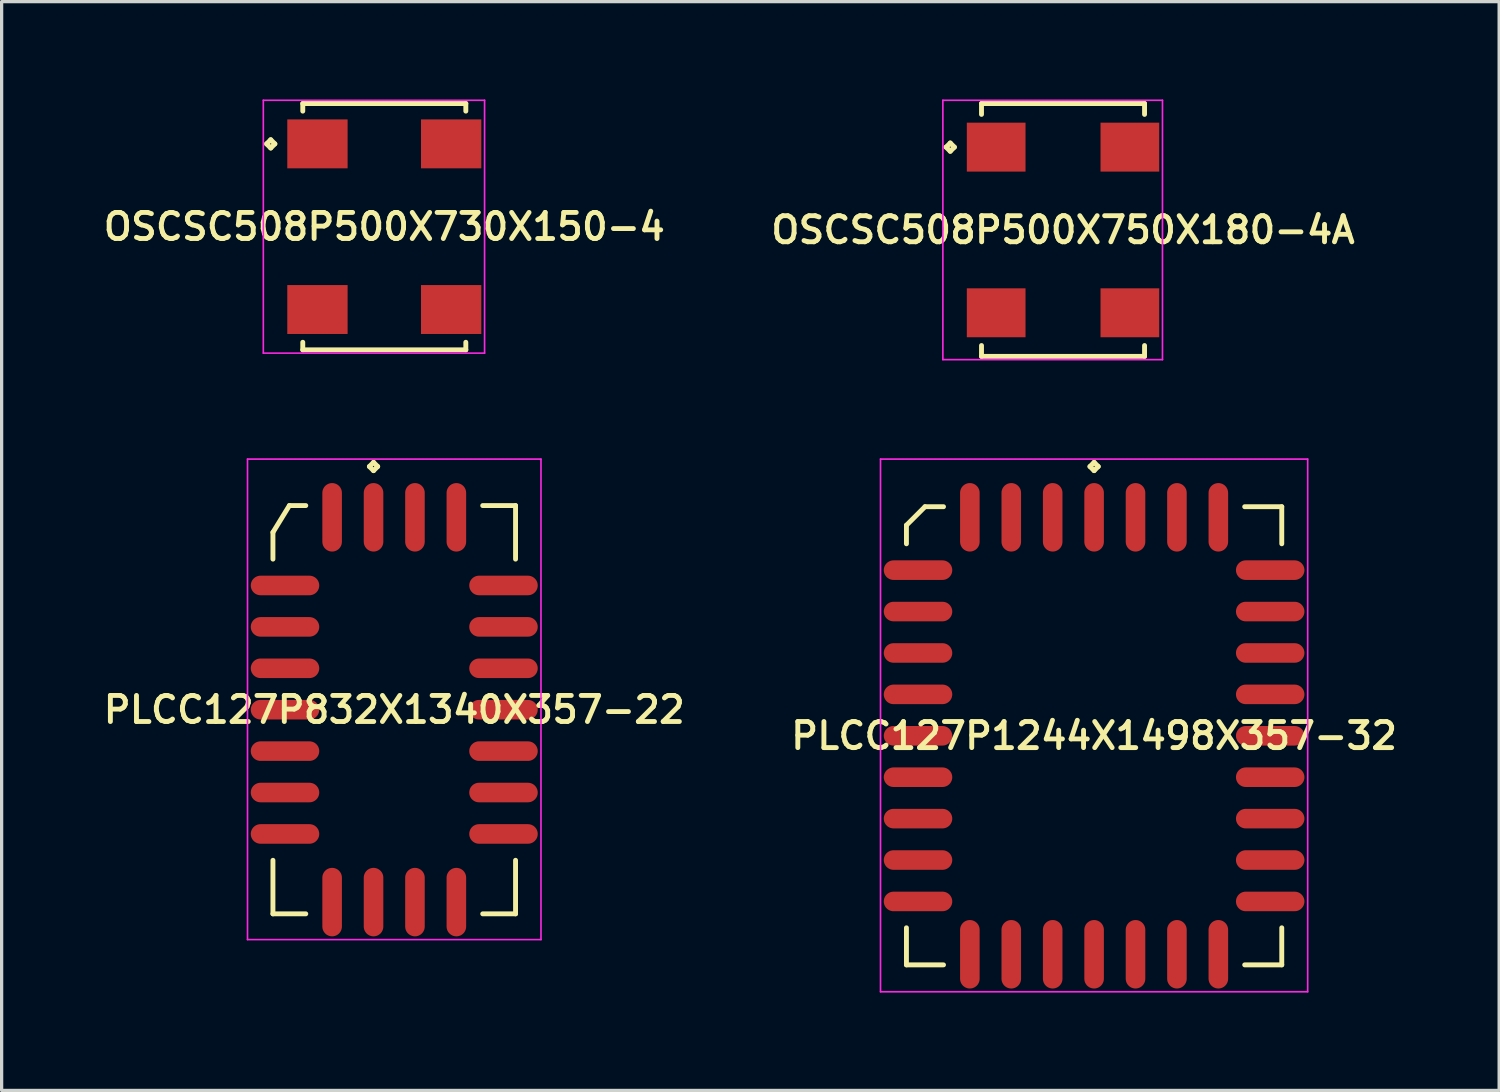
<source format=kicad_pcb>
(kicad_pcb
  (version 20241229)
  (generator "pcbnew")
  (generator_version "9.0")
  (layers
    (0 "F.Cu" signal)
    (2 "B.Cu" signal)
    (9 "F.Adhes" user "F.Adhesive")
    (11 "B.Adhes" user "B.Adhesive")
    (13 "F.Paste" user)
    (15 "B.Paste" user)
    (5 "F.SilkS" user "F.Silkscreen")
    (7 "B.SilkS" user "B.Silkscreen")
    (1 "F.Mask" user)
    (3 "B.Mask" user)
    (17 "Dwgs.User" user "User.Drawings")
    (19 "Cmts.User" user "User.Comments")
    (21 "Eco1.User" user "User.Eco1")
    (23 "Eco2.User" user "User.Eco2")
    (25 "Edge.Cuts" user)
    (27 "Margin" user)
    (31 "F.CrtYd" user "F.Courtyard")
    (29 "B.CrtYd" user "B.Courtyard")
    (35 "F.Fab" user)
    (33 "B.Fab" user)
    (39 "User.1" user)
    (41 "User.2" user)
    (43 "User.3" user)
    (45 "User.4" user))
  (footprint "OSCSC508P500X730X150-4"
    (layer "F.Cu")
    (at 8.735 3.902)
    (property "Reference" "OSCSC508P500X730X150-4" (at 0 0 0) (layer "F.SilkS") (effects (font (size 0.8 0.8) (thickness 0.15))))
    (attr smd)
    (fp_line (start -3.61 -2.54) (end -3.483 -2.667) (stroke (width 0.15) (type solid)) (layer "F.SilkS"))
    (fp_line (start -3.483 -2.667) (end -3.356 -2.54) (stroke (width 0.15) (type solid)) (layer "F.SilkS"))
    (fp_line (start -3.483 -2.413) (end -3.61 -2.54) (stroke (width 0.15) (type solid)) (layer "F.SilkS"))
    (fp_line (start -3.356 -2.54) (end -3.483 -2.413) (stroke (width 0.15) (type solid)) (layer "F.SilkS"))
    (fp_line (start -2.5 -3.777) (end 2.5 -3.777) (stroke (width 0.15) (type solid)) (layer "F.SilkS"))
    (fp_line (start -2.5 -3.544) (end -2.5 -3.777) (stroke (width 0.15) (type solid)) (layer "F.SilkS"))
    (fp_line (start -2.5 3.544) (end -2.5 3.777) (stroke (width 0.15) (type solid)) (layer "F.SilkS"))
    (fp_line (start -2.5 3.777) (end 2.5 3.777) (stroke (width 0.15) (type solid)) (layer "F.SilkS"))
    (fp_line (start 2.5 -3.777) (end 2.5 -3.544) (stroke (width 0.15) (type solid)) (layer "F.SilkS"))
    (fp_line (start 2.5 3.777) (end 2.5 3.544) (stroke (width 0.15) (type solid)) (layer "F.SilkS"))
    (fp_line (start -3.71 -3.877) (end 3.075 -3.877) (stroke (width 0.05) (type solid)) (layer "F.CrtYd"))
    (fp_line (start -3.71 3.877) (end -3.71 -3.877) (stroke (width 0.05) (type solid)) (layer "F.CrtYd"))
    (fp_line (start 3.075 -3.877) (end 3.075 3.877) (stroke (width 0.05) (type solid)) (layer "F.CrtYd"))
    (fp_line (start 3.075 3.877) (end -3.71 3.877) (stroke (width 0.05) (type solid)) (layer "F.CrtYd"))
    (pad "1" smd rect (at -2.05 -2.54) (size 1.85 1.5) (layers "F.Cu" "F.Mask" "F.Paste"))
    (pad "2" smd rect (at -2.05 2.54) (size 1.85 1.5) (layers "F.Cu" "F.Mask" "F.Paste"))
    (pad "3" smd rect (at 2.05 2.54) (size 1.85 1.5) (layers "F.Cu" "F.Mask" "F.Paste"))
    (pad "4" smd rect (at 2.05 -2.54) (size 1.85 1.5) (layers "F.Cu" "F.Mask" "F.Paste")))
  (footprint "PLCC127P832X1340X357-22"
    (layer "F.Cu")
    (at 9.04 18.714)
    (property "Reference" "PLCC127P832X1340X357-22" (at 0 0 0) (layer "F.SilkS") (effects (font (size 0.8 0.8) (thickness 0.15))))
    (attr smd)
    (fp_line (start -3.72 -5.439) (end -3.216 -6.26) (stroke (width 0.15) (type solid)) (layer "F.SilkS"))
    (fp_line (start -3.72 -4.618) (end -3.72 -5.439) (stroke (width 0.15) (type solid)) (layer "F.SilkS"))
    (fp_line (start -3.72 4.618) (end -3.72 6.26) (stroke (width 0.15) (type solid)) (layer "F.SilkS"))
    (fp_line (start -3.72 6.26) (end -2.713 6.26) (stroke (width 0.15) (type solid)) (layer "F.SilkS"))
    (fp_line (start -3.216 -6.26) (end -2.713 -6.26) (stroke (width 0.15) (type solid)) (layer "F.SilkS"))
    (fp_line (start -0.762 -7.458) (end -0.635 -7.585) (stroke (width 0.15) (type solid)) (layer "F.SilkS"))
    (fp_line (start -0.635 -7.585) (end -0.508 -7.458) (stroke (width 0.15) (type solid)) (layer "F.SilkS"))
    (fp_line (start -0.635 -7.331) (end -0.762 -7.458) (stroke (width 0.15) (type solid)) (layer "F.SilkS"))
    (fp_line (start -0.508 -7.458) (end -0.635 -7.331) (stroke (width 0.15) (type solid)) (layer "F.SilkS"))
    (fp_line (start 3.72 -6.26) (end 2.713 -6.26) (stroke (width 0.15) (type solid)) (layer "F.SilkS"))
    (fp_line (start 3.72 -4.618) (end 3.72 -6.26) (stroke (width 0.15) (type solid)) (layer "F.SilkS"))
    (fp_line (start 3.72 4.618) (end 3.72 6.26) (stroke (width 0.15) (type solid)) (layer "F.SilkS"))
    (fp_line (start 3.72 6.26) (end 2.713 6.26) (stroke (width 0.15) (type solid)) (layer "F.SilkS"))
    (fp_line (start -4.5 -7.685) (end 4.5 -7.685) (stroke (width 0.05) (type solid)) (layer "F.CrtYd"))
    (fp_line (start -4.5 7.05) (end -4.5 -7.685) (stroke (width 0.05) (type solid)) (layer "F.CrtYd"))
    (fp_line (start 4.5 -7.685) (end 4.5 7.05) (stroke (width 0.05) (type solid)) (layer "F.CrtYd"))
    (fp_line (start 4.5 7.05) (end -4.5 7.05) (stroke (width 0.05) (type solid)) (layer "F.CrtYd"))
    (pad "1" smd oval (at -0.635 -5.9) (size 0.6 2.1) (layers "F.Cu" "F.Mask" "F.Paste"))
    (pad "2" smd oval (at -1.905 -5.9) (size 0.6 2.1) (layers "F.Cu" "F.Mask" "F.Paste"))
    (pad "3" smd oval (at -3.35 -3.81) (size 2.1 0.6) (layers "F.Cu" "F.Mask" "F.Paste"))
    (pad "4" smd oval (at -3.35 -2.54) (size 2.1 0.6) (layers "F.Cu" "F.Mask" "F.Paste"))
    (pad "5" smd oval (at -3.35 -1.27) (size 2.1 0.6) (layers "F.Cu" "F.Mask" "F.Paste"))
    (pad "6" smd oval (at -3.35 0) (size 2.1 0.6) (layers "F.Cu" "F.Mask" "F.Paste"))
    (pad "7" smd oval (at -3.35 1.27) (size 2.1 0.6) (layers "F.Cu" "F.Mask" "F.Paste"))
    (pad "8" smd oval (at -3.35 2.54) (size 2.1 0.6) (layers "F.Cu" "F.Mask" "F.Paste"))
    (pad "9" smd oval (at -3.35 3.81) (size 2.1 0.6) (layers "F.Cu" "F.Mask" "F.Paste"))
    (pad "10" smd oval (at -1.905 5.9) (size 0.6 2.1) (layers "F.Cu" "F.Mask" "F.Paste"))
    (pad "11" smd oval (at -0.635 5.9) (size 0.6 2.1) (layers "F.Cu" "F.Mask" "F.Paste"))
    (pad "12" smd oval (at 0.635 5.9) (size 0.6 2.1) (layers "F.Cu" "F.Mask" "F.Paste"))
    (pad "13" smd oval (at 1.905 5.9) (size 0.6 2.1) (layers "F.Cu" "F.Mask" "F.Paste"))
    (pad "14" smd oval (at 3.35 3.81) (size 2.1 0.6) (layers "F.Cu" "F.Mask" "F.Paste"))
    (pad "15" smd oval (at 3.35 2.54) (size 2.1 0.6) (layers "F.Cu" "F.Mask" "F.Paste"))
    (pad "16" smd oval (at 3.35 1.27) (size 2.1 0.6) (layers "F.Cu" "F.Mask" "F.Paste"))
    (pad "17" smd oval (at 3.35 0) (size 2.1 0.6) (layers "F.Cu" "F.Mask" "F.Paste"))
    (pad "18" smd oval (at 3.35 -1.27) (size 2.1 0.6) (layers "F.Cu" "F.Mask" "F.Paste"))
    (pad "19" smd oval (at 3.35 -2.54) (size 2.1 0.6) (layers "F.Cu" "F.Mask" "F.Paste"))
    (pad "20" smd oval (at 3.35 -3.81) (size 2.1 0.6) (layers "F.Cu" "F.Mask" "F.Paste"))
    (pad "21" smd oval (at 1.905 -5.9) (size 0.6 2.1) (layers "F.Cu" "F.Mask" "F.Paste"))
    (pad "22" smd oval (at 0.635 -5.9) (size 0.6 2.1) (layers "F.Cu" "F.Mask" "F.Paste")))
  (footprint "PLCC127P1244X1498X357-32"
    (layer "F.Cu")
    (at 30.502 19.514)
    (property "Reference" "PLCC127P1244X1498X357-32" (at 0 0 0) (layer "F.SilkS") (effects (font (size 0.8 0.8) (thickness 0.15))))
    (attr smd)
    (fp_line (start -5.755 -6.457) (end -5.186 -7.025) (stroke (width 0.15) (type solid)) (layer "F.SilkS"))
    (fp_line (start -5.755 -5.888) (end -5.755 -6.457) (stroke (width 0.15) (type solid)) (layer "F.SilkS"))
    (fp_line (start -5.755 5.888) (end -5.755 7.025) (stroke (width 0.15) (type solid)) (layer "F.SilkS"))
    (fp_line (start -5.755 7.025) (end -4.618 7.025) (stroke (width 0.15) (type solid)) (layer "F.SilkS"))
    (fp_line (start -5.186 -7.025) (end -4.618 -7.025) (stroke (width 0.15) (type solid)) (layer "F.SilkS"))
    (fp_line (start -0.127 -8.258) (end 0 -8.385) (stroke (width 0.15) (type solid)) (layer "F.SilkS"))
    (fp_line (start 0 -8.385) (end 0.127 -8.258) (stroke (width 0.15) (type solid)) (layer "F.SilkS"))
    (fp_line (start 0 -8.131) (end -0.127 -8.258) (stroke (width 0.15) (type solid)) (layer "F.SilkS"))
    (fp_line (start 0.127 -8.258) (end 0 -8.131) (stroke (width 0.15) (type solid)) (layer "F.SilkS"))
    (fp_line (start 5.755 -7.025) (end 4.618 -7.025) (stroke (width 0.15) (type solid)) (layer "F.SilkS"))
    (fp_line (start 5.755 -5.888) (end 5.755 -7.025) (stroke (width 0.15) (type solid)) (layer "F.SilkS"))
    (fp_line (start 5.755 5.888) (end 5.755 7.025) (stroke (width 0.15) (type solid)) (layer "F.SilkS"))
    (fp_line (start 5.755 7.025) (end 4.618 7.025) (stroke (width 0.15) (type solid)) (layer "F.SilkS"))
    (fp_line (start -6.55 -8.485) (end 6.55 -8.485) (stroke (width 0.05) (type solid)) (layer "F.CrtYd"))
    (fp_line (start -6.55 7.85) (end -6.55 -8.485) (stroke (width 0.05) (type solid)) (layer "F.CrtYd"))
    (fp_line (start 6.55 -8.485) (end 6.55 7.85) (stroke (width 0.05) (type solid)) (layer "F.CrtYd"))
    (fp_line (start 6.55 7.85) (end -6.55 7.85) (stroke (width 0.05) (type solid)) (layer "F.CrtYd"))
    (pad "1" smd oval (at 0 -6.7) (size 0.6 2.1) (layers "F.Cu" "F.Mask" "F.Paste"))
    (pad "2" smd oval (at -1.27 -6.7) (size 0.6 2.1) (layers "F.Cu" "F.Mask" "F.Paste"))
    (pad "3" smd oval (at -2.54 -6.7) (size 0.6 2.1) (layers "F.Cu" "F.Mask" "F.Paste"))
    (pad "4" smd oval (at -3.81 -6.7) (size 0.6 2.1) (layers "F.Cu" "F.Mask" "F.Paste"))
    (pad "5" smd oval (at -5.4 -5.08) (size 2.1 0.6) (layers "F.Cu" "F.Mask" "F.Paste"))
    (pad "6" smd oval (at -5.4 -3.81) (size 2.1 0.6) (layers "F.Cu" "F.Mask" "F.Paste"))
    (pad "7" smd oval (at -5.4 -2.54) (size 2.1 0.6) (layers "F.Cu" "F.Mask" "F.Paste"))
    (pad "8" smd oval (at -5.4 -1.27) (size 2.1 0.6) (layers "F.Cu" "F.Mask" "F.Paste"))
    (pad "9" smd oval (at -5.4 0) (size 2.1 0.6) (layers "F.Cu" "F.Mask" "F.Paste"))
    (pad "10" smd oval (at -5.4 1.27) (size 2.1 0.6) (layers "F.Cu" "F.Mask" "F.Paste"))
    (pad "11" smd oval (at -5.4 2.54) (size 2.1 0.6) (layers "F.Cu" "F.Mask" "F.Paste"))
    (pad "12" smd oval (at -5.4 3.81) (size 2.1 0.6) (layers "F.Cu" "F.Mask" "F.Paste"))
    (pad "13" smd oval (at -5.4 5.08) (size 2.1 0.6) (layers "F.Cu" "F.Mask" "F.Paste"))
    (pad "14" smd oval (at -3.81 6.7) (size 0.6 2.1) (layers "F.Cu" "F.Mask" "F.Paste"))
    (pad "15" smd oval (at -2.54 6.7) (size 0.6 2.1) (layers "F.Cu" "F.Mask" "F.Paste"))
    (pad "16" smd oval (at -1.27 6.7) (size 0.6 2.1) (layers "F.Cu" "F.Mask" "F.Paste"))
    (pad "17" smd oval (at 0 6.7) (size 0.6 2.1) (layers "F.Cu" "F.Mask" "F.Paste"))
    (pad "18" smd oval (at 1.27 6.7) (size 0.6 2.1) (layers "F.Cu" "F.Mask" "F.Paste"))
    (pad "19" smd oval (at 2.54 6.7) (size 0.6 2.1) (layers "F.Cu" "F.Mask" "F.Paste"))
    (pad "20" smd oval (at 3.81 6.7) (size 0.6 2.1) (layers "F.Cu" "F.Mask" "F.Paste"))
    (pad "21" smd oval (at 5.4 5.08) (size 2.1 0.6) (layers "F.Cu" "F.Mask" "F.Paste"))
    (pad "22" smd oval (at 5.4 3.81) (size 2.1 0.6) (layers "F.Cu" "F.Mask" "F.Paste"))
    (pad "23" smd oval (at 5.4 2.54) (size 2.1 0.6) (layers "F.Cu" "F.Mask" "F.Paste"))
    (pad "24" smd oval (at 5.4 1.27) (size 2.1 0.6) (layers "F.Cu" "F.Mask" "F.Paste"))
    (pad "25" smd oval (at 5.4 0) (size 2.1 0.6) (layers "F.Cu" "F.Mask" "F.Paste"))
    (pad "26" smd oval (at 5.4 -1.27) (size 2.1 0.6) (layers "F.Cu" "F.Mask" "F.Paste"))
    (pad "27" smd oval (at 5.4 -2.54) (size 2.1 0.6) (layers "F.Cu" "F.Mask" "F.Paste"))
    (pad "28" smd oval (at 5.4 -3.81) (size 2.1 0.6) (layers "F.Cu" "F.Mask" "F.Paste"))
    (pad "29" smd oval (at 5.4 -5.08) (size 2.1 0.6) (layers "F.Cu" "F.Mask" "F.Paste"))
    (pad "30" smd oval (at 3.81 -6.7) (size 0.6 2.1) (layers "F.Cu" "F.Mask" "F.Paste"))
    (pad "31" smd oval (at 2.54 -6.7) (size 0.6 2.1) (layers "F.Cu" "F.Mask" "F.Paste"))
    (pad "32" smd oval (at 1.27 -6.7) (size 0.6 2.1) (layers "F.Cu" "F.Mask" "F.Paste")))
  (footprint "OSCSC508P500X750X180-4A"
    (layer "F.Cu")
    (at 29.549 4.002)
    (property "Reference" "OSCSC508P500X750X180-4A" (at 0 0 0) (layer "F.SilkS") (effects (font (size 0.8 0.8) (thickness 0.15))))
    (attr smd)
    (fp_line (start -3.585 -2.54) (end -3.458 -2.667) (stroke (width 0.15) (type solid)) (layer "F.SilkS"))
    (fp_line (start -3.458 -2.667) (end -3.331 -2.54) (stroke (width 0.15) (type solid)) (layer "F.SilkS"))
    (fp_line (start -3.458 -2.413) (end -3.585 -2.54) (stroke (width 0.15) (type solid)) (layer "F.SilkS"))
    (fp_line (start -3.331 -2.54) (end -3.458 -2.413) (stroke (width 0.15) (type solid)) (layer "F.SilkS"))
    (fp_line (start -2.5 -3.877) (end 2.5 -3.877) (stroke (width 0.15) (type solid)) (layer "F.SilkS"))
    (fp_line (start -2.5 -3.544) (end -2.5 -3.877) (stroke (width 0.15) (type solid)) (layer "F.SilkS"))
    (fp_line (start -2.5 3.544) (end -2.5 3.877) (stroke (width 0.15) (type solid)) (layer "F.SilkS"))
    (fp_line (start -2.5 3.877) (end 2.5 3.877) (stroke (width 0.15) (type solid)) (layer "F.SilkS"))
    (fp_line (start 2.5 -3.877) (end 2.5 -3.544) (stroke (width 0.15) (type solid)) (layer "F.SilkS"))
    (fp_line (start 2.5 3.877) (end 2.5 3.544) (stroke (width 0.15) (type solid)) (layer "F.SilkS"))
    (fp_line (start -3.685 -3.977) (end 3.05 -3.977) (stroke (width 0.05) (type solid)) (layer "F.CrtYd"))
    (fp_line (start -3.685 3.977) (end -3.685 -3.977) (stroke (width 0.05) (type solid)) (layer "F.CrtYd"))
    (fp_line (start 3.05 -3.977) (end 3.05 3.977) (stroke (width 0.05) (type solid)) (layer "F.CrtYd"))
    (fp_line (start 3.05 3.977) (end -3.685 3.977) (stroke (width 0.05) (type solid)) (layer "F.CrtYd"))
    (pad "1" smd rect (at -2.05 -2.54) (size 1.8 1.5) (layers "F.Cu" "F.Mask" "F.Paste"))
    (pad "2" smd rect (at -2.05 2.54) (size 1.8 1.5) (layers "F.Cu" "F.Mask" "F.Paste"))
    (pad "3" smd rect (at 2.05 2.54) (size 1.8 1.5) (layers "F.Cu" "F.Mask" "F.Paste"))
    (pad "4" smd rect (at 2.05 -2.54) (size 1.8 1.5) (layers "F.Cu" "F.Mask" "F.Paste")))
  (gr_rect
    (start -3 -3)
    (end 42.923 30.389)
    (stroke (width 0.1) (type default))
    (fill no)
    (layer "Edge.Cuts")))
</source>
